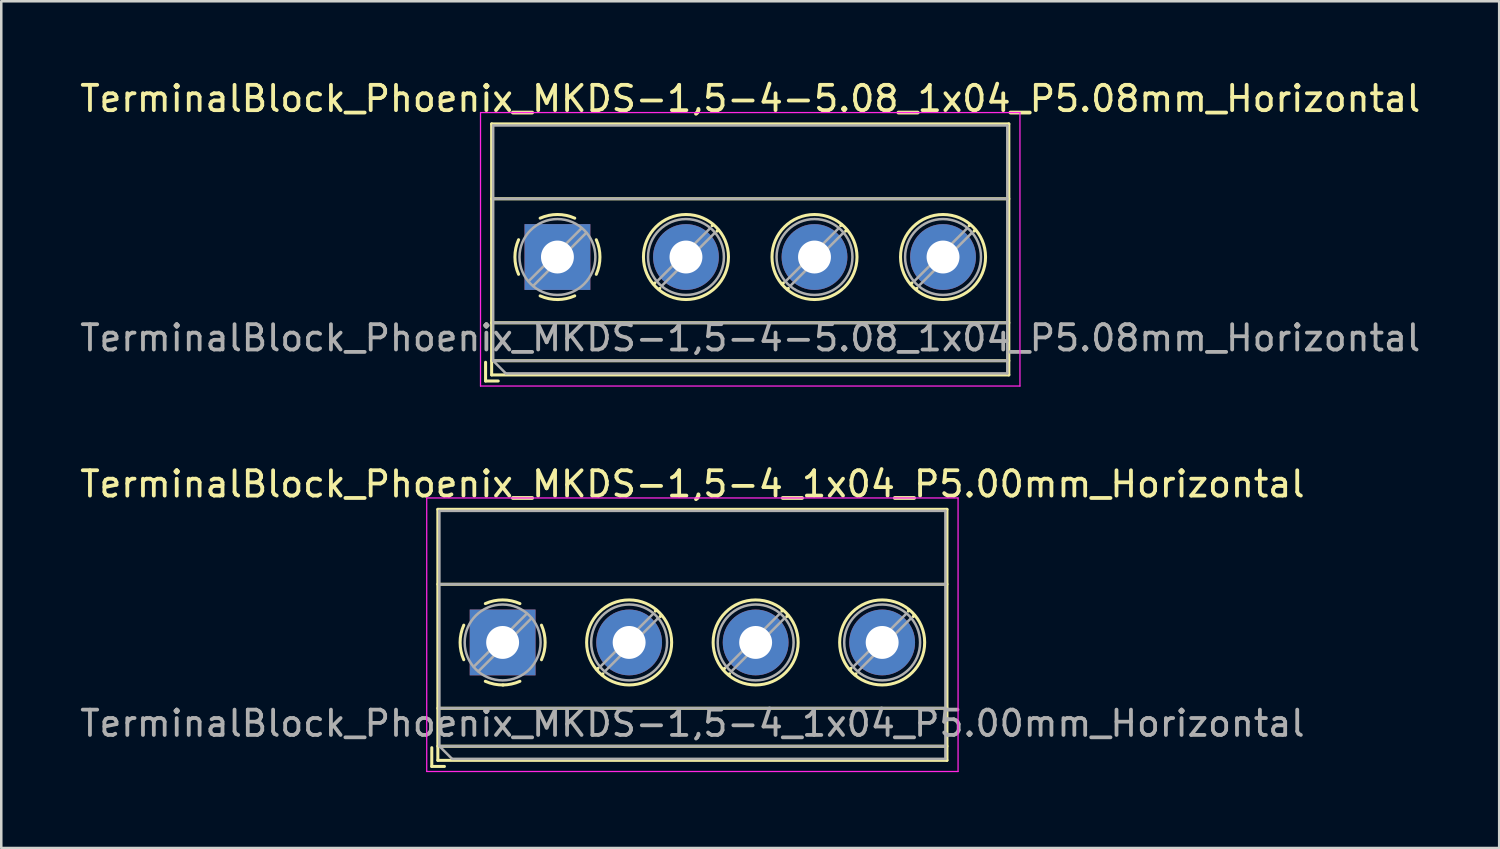
<source format=kicad_pcb>
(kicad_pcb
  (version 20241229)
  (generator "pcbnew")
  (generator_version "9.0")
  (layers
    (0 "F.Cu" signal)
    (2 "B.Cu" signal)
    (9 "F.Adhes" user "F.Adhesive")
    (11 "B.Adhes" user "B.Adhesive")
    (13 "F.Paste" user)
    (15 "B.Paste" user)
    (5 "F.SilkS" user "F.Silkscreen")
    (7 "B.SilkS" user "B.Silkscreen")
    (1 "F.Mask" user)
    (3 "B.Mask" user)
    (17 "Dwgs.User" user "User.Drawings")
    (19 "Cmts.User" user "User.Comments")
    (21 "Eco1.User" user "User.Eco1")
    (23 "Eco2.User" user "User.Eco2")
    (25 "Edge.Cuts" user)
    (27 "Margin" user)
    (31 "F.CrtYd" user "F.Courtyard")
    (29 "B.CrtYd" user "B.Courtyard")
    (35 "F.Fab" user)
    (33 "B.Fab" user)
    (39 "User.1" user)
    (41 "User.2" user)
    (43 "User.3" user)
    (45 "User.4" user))
  (footprint "TerminalBlock_Phoenix_MKDS-1,5-4-5.08_1x04_P5.08mm_Horizontal"
    (layer "F.Cu")
    (at 18.981 7.108)
    (property "Reference" "TerminalBlock_Phoenix_MKDS-1,5-4-5.08_1x04_P5.08mm_Horizontal" (at 7.62 -6.26 0) (layer "F.SilkS") (effects (font (size 1 1) (thickness 0.15))))
    (attr through_hole)
    (fp_line (start -2.84 4.16) (end -2.84 4.9) (stroke (width 0.12) (type solid)) (layer "F.SilkS"))
    (fp_line (start -2.84 4.9) (end -2.34 4.9) (stroke (width 0.12) (type solid)) (layer "F.SilkS"))
    (fp_line (start -2.6 -5.261) (end -2.6 4.66) (stroke (width 0.12) (type solid)) (layer "F.SilkS"))
    (fp_line (start -2.6 -5.261) (end 17.84 -5.261) (stroke (width 0.12) (type solid)) (layer "F.SilkS"))
    (fp_line (start -2.6 -2.301) (end 17.84 -2.301) (stroke (width 0.12) (type solid)) (layer "F.SilkS"))
    (fp_line (start -2.6 2.6) (end 17.84 2.6) (stroke (width 0.12) (type solid)) (layer "F.SilkS"))
    (fp_line (start -2.6 4.1) (end 17.84 4.1) (stroke (width 0.12) (type solid)) (layer "F.SilkS"))
    (fp_line (start -2.6 4.66) (end 17.84 4.66) (stroke (width 0.12) (type solid)) (layer "F.SilkS"))
    (fp_line (start 3.853 1.023) (end 3.806 1.069) (stroke (width 0.12) (type solid)) (layer "F.SilkS"))
    (fp_line (start 4.046 1.239) (end 4.011 1.274) (stroke (width 0.12) (type solid)) (layer "F.SilkS"))
    (fp_line (start 6.15 -1.275) (end 6.115 -1.239) (stroke (width 0.12) (type solid)) (layer "F.SilkS"))
    (fp_line (start 6.355 -1.069) (end 6.308 -1.023) (stroke (width 0.12) (type solid)) (layer "F.SilkS"))
    (fp_line (start 8.933 1.023) (end 8.886 1.069) (stroke (width 0.12) (type solid)) (layer "F.SilkS"))
    (fp_line (start 9.126 1.239) (end 9.091 1.274) (stroke (width 0.12) (type solid)) (layer "F.SilkS"))
    (fp_line (start 11.23 -1.275) (end 11.195 -1.239) (stroke (width 0.12) (type solid)) (layer "F.SilkS"))
    (fp_line (start 11.435 -1.069) (end 11.388 -1.023) (stroke (width 0.12) (type solid)) (layer "F.SilkS"))
    (fp_line (start 14.013 1.023) (end 13.966 1.069) (stroke (width 0.12) (type solid)) (layer "F.SilkS"))
    (fp_line (start 14.206 1.239) (end 14.171 1.274) (stroke (width 0.12) (type solid)) (layer "F.SilkS"))
    (fp_line (start 16.31 -1.275) (end 16.275 -1.239) (stroke (width 0.12) (type solid)) (layer "F.SilkS"))
    (fp_line (start 16.515 -1.069) (end 16.468 -1.023) (stroke (width 0.12) (type solid)) (layer "F.SilkS"))
    (fp_line (start 17.84 -5.261) (end 17.84 4.66) (stroke (width 0.12) (type solid)) (layer "F.SilkS"))
    (fp_arc (start -1.535427 0.683042) (mid -1.680501 -0.000524) (end -1.535 -0.684) (stroke (width 0.12) (type solid)) (layer "F.SilkS"))
    (fp_arc (start -0.683042 -1.535427) (mid 0.000524 -1.680501) (end 0.684 -1.535) (stroke (width 0.12) (type solid)) (layer "F.SilkS"))
    (fp_arc (start 0.028805 1.680253) (mid -0.335551 1.646659) (end -0.684 1.535) (stroke (width 0.12) (type solid)) (layer "F.SilkS"))
    (fp_arc (start 0.683318 1.534756) (mid 0.349292 1.643288) (end 0 1.68) (stroke (width 0.12) (type solid)) (layer "F.SilkS"))
    (fp_arc (start 1.535427 -0.683042) (mid 1.680501 0.000524) (end 1.535 0.684) (stroke (width 0.12) (type solid)) (layer "F.SilkS"))
    (fp_circle (center 5.08 0) (end 6.76 0) (stroke (width 0.12) (type solid)) (fill no) (layer "F.SilkS"))
    (fp_circle (center 10.16 0) (end 11.84 0) (stroke (width 0.12) (type solid)) (fill no) (layer "F.SilkS"))
    (fp_circle (center 15.24 0) (end 16.92 0) (stroke (width 0.12) (type solid)) (fill no) (layer "F.SilkS"))
    (fp_line (start -3.04 -5.71) (end -3.04 5.1) (stroke (width 0.05) (type solid)) (layer "F.CrtYd"))
    (fp_line (start -3.04 5.1) (end 18.28 5.1) (stroke (width 0.05) (type solid)) (layer "F.CrtYd"))
    (fp_line (start 18.28 -5.71) (end -3.04 -5.71) (stroke (width 0.05) (type solid)) (layer "F.CrtYd"))
    (fp_line (start 18.28 5.1) (end 18.28 -5.71) (stroke (width 0.05) (type solid)) (layer "F.CrtYd"))
    (fp_line (start -2.54 -5.2) (end 17.78 -5.2) (stroke (width 0.1) (type solid)) (layer "F.Fab"))
    (fp_line (start -2.54 -2.3) (end 17.78 -2.3) (stroke (width 0.1) (type solid)) (layer "F.Fab"))
    (fp_line (start -2.54 2.6) (end 17.78 2.6) (stroke (width 0.1) (type solid)) (layer "F.Fab"))
    (fp_line (start -2.54 4.1) (end -2.54 -5.2) (stroke (width 0.1) (type solid)) (layer "F.Fab"))
    (fp_line (start -2.54 4.1) (end 17.78 4.1) (stroke (width 0.1) (type solid)) (layer "F.Fab"))
    (fp_line (start -2.04 4.6) (end -2.54 4.1) (stroke (width 0.1) (type solid)) (layer "F.Fab"))
    (fp_line (start 0.955 -1.138) (end -1.138 0.955) (stroke (width 0.1) (type solid)) (layer "F.Fab"))
    (fp_line (start 1.138 -0.955) (end -0.955 1.138) (stroke (width 0.1) (type solid)) (layer "F.Fab"))
    (fp_line (start 6.035 -1.138) (end 3.943 0.955) (stroke (width 0.1) (type solid)) (layer "F.Fab"))
    (fp_line (start 6.218 -0.955) (end 4.126 1.138) (stroke (width 0.1) (type solid)) (layer "F.Fab"))
    (fp_line (start 11.115 -1.138) (end 9.023 0.955) (stroke (width 0.1) (type solid)) (layer "F.Fab"))
    (fp_line (start 11.298 -0.955) (end 9.206 1.138) (stroke (width 0.1) (type solid)) (layer "F.Fab"))
    (fp_line (start 16.195 -1.138) (end 14.103 0.955) (stroke (width 0.1) (type solid)) (layer "F.Fab"))
    (fp_line (start 16.378 -0.955) (end 14.286 1.138) (stroke (width 0.1) (type solid)) (layer "F.Fab"))
    (fp_line (start 17.78 -5.2) (end 17.78 4.6) (stroke (width 0.1) (type solid)) (layer "F.Fab"))
    (fp_line (start 17.78 4.6) (end -2.04 4.6) (stroke (width 0.1) (type solid)) (layer "F.Fab"))
    (fp_circle (center 0 0) (end 1.5 0) (stroke (width 0.1) (type solid)) (fill no) (layer "F.Fab"))
    (fp_circle (center 5.08 0) (end 6.58 0) (stroke (width 0.1) (type solid)) (fill no) (layer "F.Fab"))
    (fp_circle (center 10.16 0) (end 11.66 0) (stroke (width 0.1) (type solid)) (fill no) (layer "F.Fab"))
    (fp_circle (center 15.24 0) (end 16.74 0) (stroke (width 0.1) (type solid)) (fill no) (layer "F.Fab"))
    (fp_text user "${REFERENCE}" (at 7.62 3.2 0) (layer "F.Fab") (effects (font (size 1 1) (thickness 0.15))))
    (pad "1" thru_hole rect (at 0 0) (size 2.6 2.6) (drill 1.3) (layers "*.Cu" "*.Mask"))
    (pad "2" thru_hole circle (at 5.08 0) (size 2.6 2.6) (drill 1.3) (layers "*.Cu" "*.Mask"))
    (pad "3" thru_hole circle (at 10.16 0) (size 2.6 2.6) (drill 1.3) (layers "*.Cu" "*.Mask"))
    (pad "4" thru_hole circle (at 15.24 0) (size 2.6 2.6) (drill 1.3) (layers "*.Cu" "*.Mask")))
  (footprint "TerminalBlock_Phoenix_MKDS-1,5-4_1x04_P5.00mm_Horizontal"
    (layer "F.Cu")
    (at 16.815 22.341)
    (property "Reference" "TerminalBlock_Phoenix_MKDS-1,5-4_1x04_P5.00mm_Horizontal" (at 7.5 -6.26 0) (layer "F.SilkS") (effects (font (size 1 1) (thickness 0.15))))
    (attr through_hole)
    (fp_line (start -2.8 4.16) (end -2.8 4.9) (stroke (width 0.12) (type solid)) (layer "F.SilkS"))
    (fp_line (start -2.8 4.9) (end -2.3 4.9) (stroke (width 0.12) (type solid)) (layer "F.SilkS"))
    (fp_line (start -2.56 -5.261) (end -2.56 4.66) (stroke (width 0.12) (type solid)) (layer "F.SilkS"))
    (fp_line (start -2.56 -5.261) (end 17.561 -5.261) (stroke (width 0.12) (type solid)) (layer "F.SilkS"))
    (fp_line (start -2.56 -2.301) (end 17.561 -2.301) (stroke (width 0.12) (type solid)) (layer "F.SilkS"))
    (fp_line (start -2.56 2.6) (end 17.561 2.6) (stroke (width 0.12) (type solid)) (layer "F.SilkS"))
    (fp_line (start -2.56 4.1) (end 17.561 4.1) (stroke (width 0.12) (type solid)) (layer "F.SilkS"))
    (fp_line (start -2.56 4.66) (end 17.561 4.66) (stroke (width 0.12) (type solid)) (layer "F.SilkS"))
    (fp_line (start 3.773 1.023) (end 3.726 1.069) (stroke (width 0.12) (type solid)) (layer "F.SilkS"))
    (fp_line (start 3.966 1.239) (end 3.931 1.274) (stroke (width 0.12) (type solid)) (layer "F.SilkS"))
    (fp_line (start 6.07 -1.275) (end 6.035 -1.239) (stroke (width 0.12) (type solid)) (layer "F.SilkS"))
    (fp_line (start 6.275 -1.069) (end 6.228 -1.023) (stroke (width 0.12) (type solid)) (layer "F.SilkS"))
    (fp_line (start 8.773 1.023) (end 8.726 1.069) (stroke (width 0.12) (type solid)) (layer "F.SilkS"))
    (fp_line (start 8.966 1.239) (end 8.931 1.274) (stroke (width 0.12) (type solid)) (layer "F.SilkS"))
    (fp_line (start 11.07 -1.275) (end 11.035 -1.239) (stroke (width 0.12) (type solid)) (layer "F.SilkS"))
    (fp_line (start 11.275 -1.069) (end 11.228 -1.023) (stroke (width 0.12) (type solid)) (layer "F.SilkS"))
    (fp_line (start 13.773 1.023) (end 13.726 1.069) (stroke (width 0.12) (type solid)) (layer "F.SilkS"))
    (fp_line (start 13.966 1.239) (end 13.931 1.274) (stroke (width 0.12) (type solid)) (layer "F.SilkS"))
    (fp_line (start 16.07 -1.275) (end 16.035 -1.239) (stroke (width 0.12) (type solid)) (layer "F.SilkS"))
    (fp_line (start 16.275 -1.069) (end 16.228 -1.023) (stroke (width 0.12) (type solid)) (layer "F.SilkS"))
    (fp_line (start 17.561 -5.261) (end 17.561 4.66) (stroke (width 0.12) (type solid)) (layer "F.SilkS"))
    (fp_arc (start -1.535427 0.683042) (mid -1.680501 -0.000524) (end -1.535 -0.684) (stroke (width 0.12) (type solid)) (layer "F.SilkS"))
    (fp_arc (start -0.683042 -1.535427) (mid 0.000524 -1.680501) (end 0.684 -1.535) (stroke (width 0.12) (type solid)) (layer "F.SilkS"))
    (fp_arc (start 0.028805 1.680253) (mid -0.335551 1.646659) (end -0.684 1.535) (stroke (width 0.12) (type solid)) (layer "F.SilkS"))
    (fp_arc (start 0.683318 1.534756) (mid 0.349292 1.643288) (end 0 1.68) (stroke (width 0.12) (type solid)) (layer "F.SilkS"))
    (fp_arc (start 1.535427 -0.683042) (mid 1.680501 0.000524) (end 1.535 0.684) (stroke (width 0.12) (type solid)) (layer "F.SilkS"))
    (fp_circle (center 5 0) (end 6.68 0) (stroke (width 0.12) (type solid)) (fill no) (layer "F.SilkS"))
    (fp_circle (center 10 0) (end 11.68 0) (stroke (width 0.12) (type solid)) (fill no) (layer "F.SilkS"))
    (fp_circle (center 15 0) (end 16.68 0) (stroke (width 0.12) (type solid)) (fill no) (layer "F.SilkS"))
    (fp_line (start -3 -5.71) (end -3 5.1) (stroke (width 0.05) (type solid)) (layer "F.CrtYd"))
    (fp_line (start -3 5.1) (end 18 5.1) (stroke (width 0.05) (type solid)) (layer "F.CrtYd"))
    (fp_line (start 18 -5.71) (end -3 -5.71) (stroke (width 0.05) (type solid)) (layer "F.CrtYd"))
    (fp_line (start 18 5.1) (end 18 -5.71) (stroke (width 0.05) (type solid)) (layer "F.CrtYd"))
    (fp_line (start -2.5 -5.2) (end 17.5 -5.2) (stroke (width 0.1) (type solid)) (layer "F.Fab"))
    (fp_line (start -2.5 -2.3) (end 17.5 -2.3) (stroke (width 0.1) (type solid)) (layer "F.Fab"))
    (fp_line (start -2.5 2.6) (end 17.5 2.6) (stroke (width 0.1) (type solid)) (layer "F.Fab"))
    (fp_line (start -2.5 4.1) (end -2.5 -5.2) (stroke (width 0.1) (type solid)) (layer "F.Fab"))
    (fp_line (start -2.5 4.1) (end 17.5 4.1) (stroke (width 0.1) (type solid)) (layer "F.Fab"))
    (fp_line (start -2 4.6) (end -2.5 4.1) (stroke (width 0.1) (type solid)) (layer "F.Fab"))
    (fp_line (start 0.955 -1.138) (end -1.138 0.955) (stroke (width 0.1) (type solid)) (layer "F.Fab"))
    (fp_line (start 1.138 -0.955) (end -0.955 1.138) (stroke (width 0.1) (type solid)) (layer "F.Fab"))
    (fp_line (start 5.955 -1.138) (end 3.863 0.955) (stroke (width 0.1) (type solid)) (layer "F.Fab"))
    (fp_line (start 6.138 -0.955) (end 4.046 1.138) (stroke (width 0.1) (type solid)) (layer "F.Fab"))
    (fp_line (start 10.955 -1.138) (end 8.863 0.955) (stroke (width 0.1) (type solid)) (layer "F.Fab"))
    (fp_line (start 11.138 -0.955) (end 9.046 1.138) (stroke (width 0.1) (type solid)) (layer "F.Fab"))
    (fp_line (start 15.955 -1.138) (end 13.863 0.955) (stroke (width 0.1) (type solid)) (layer "F.Fab"))
    (fp_line (start 16.138 -0.955) (end 14.046 1.138) (stroke (width 0.1) (type solid)) (layer "F.Fab"))
    (fp_line (start 17.5 -5.2) (end 17.5 4.6) (stroke (width 0.1) (type solid)) (layer "F.Fab"))
    (fp_line (start 17.5 4.6) (end -2 4.6) (stroke (width 0.1) (type solid)) (layer "F.Fab"))
    (fp_circle (center 0 0) (end 1.5 0) (stroke (width 0.1) (type solid)) (fill no) (layer "F.Fab"))
    (fp_circle (center 5 0) (end 6.5 0) (stroke (width 0.1) (type solid)) (fill no) (layer "F.Fab"))
    (fp_circle (center 10 0) (end 11.5 0) (stroke (width 0.1) (type solid)) (fill no) (layer "F.Fab"))
    (fp_circle (center 15 0) (end 16.5 0) (stroke (width 0.1) (type solid)) (fill no) (layer "F.Fab"))
    (fp_text user "${REFERENCE}" (at 7.5 3.2 0) (layer "F.Fab") (effects (font (size 1 1) (thickness 0.15))))
    (pad "1" thru_hole rect (at 0 0) (size 2.6 2.6) (drill 1.3) (layers "*.Cu" "*.Mask"))
    (pad "2" thru_hole circle (at 5 0) (size 2.6 2.6) (drill 1.3) (layers "*.Cu" "*.Mask"))
    (pad "3" thru_hole circle (at 10 0) (size 2.6 2.6) (drill 1.3) (layers "*.Cu" "*.Mask"))
    (pad "4" thru_hole circle (at 15 0) (size 2.6 2.6) (drill 1.3) (layers "*.Cu" "*.Mask")))
  (gr_rect
    (start -3 -3)
    (end 56.202 30.466)
    (stroke (width 0.1) (type default))
    (fill no)
    (layer "Edge.Cuts")))
</source>
